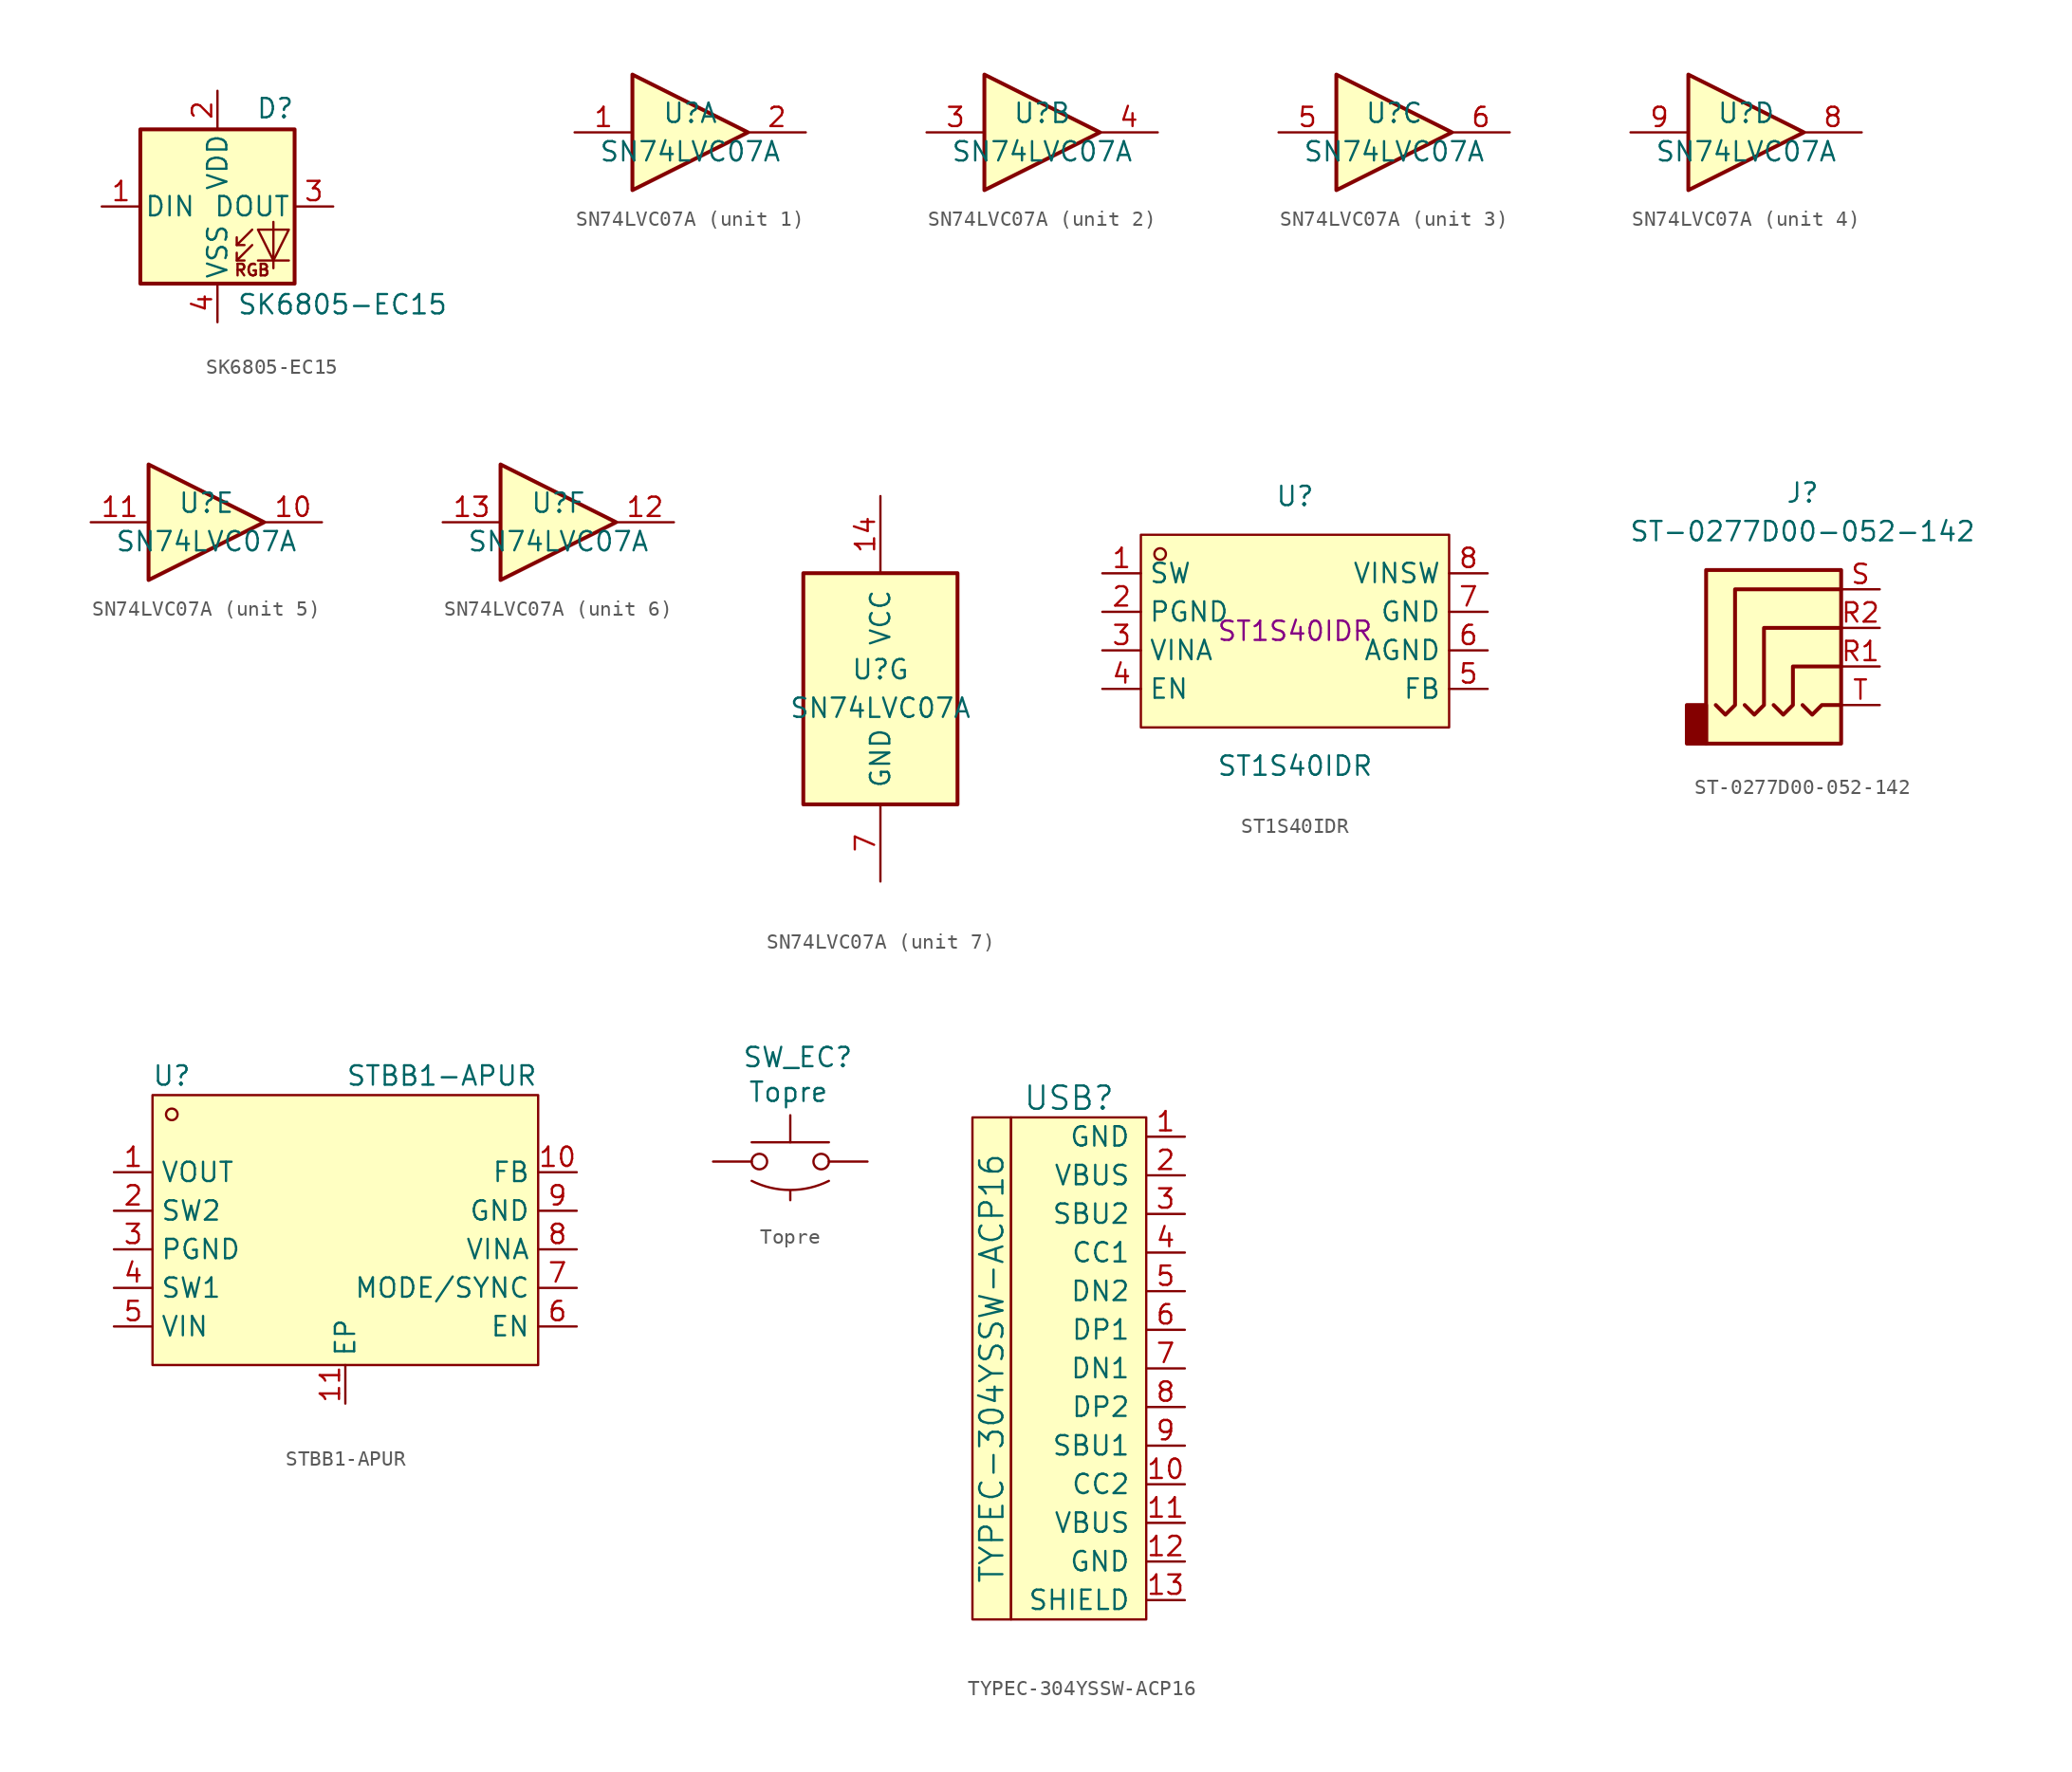
<source format=kicad_sym>
(kicad_symbol_lib
  (version 20231120)
  (generator "kicad_symbol_editor")
  (generator_version "8.0")
  (symbol "SK6805-EC15"
    (pin_names
      (offset 0.254))
    (property "Reference" "D"
      (at 5.08 5.715 0)
      (effects (font (size 1.27 1.27)) (justify right bottom)))
    (property "Value" "SK6805-EC15"
      (at 1.27 -5.715 0)
      (effects (font (size 1.27 1.27)) (justify left top)))
    (symbol "SK6805-EC15_0_0"
      (text "RGB" (at 2.286 -4.191 0) (effects (font (size 0.762 0.762)))))
    (symbol "SK6805-EC15_0_1"
      (polyline (pts (xy 1.27 -3.556) (xy 1.778 -3.556)) (stroke (width 0) (type default)) (fill (type none)))
      (polyline (pts (xy 1.27 -2.54) (xy 1.778 -2.54)) (stroke (width 0) (type default)) (fill (type none)))
      (polyline (pts (xy 4.699 -3.556) (xy 2.667 -3.556)) (stroke (width 0) (type default)) (fill (type none)))
      (polyline (pts (xy 2.286 -2.54) (xy 1.27 -3.556) (xy 1.27 -3.048)) (stroke (width 0) (type default)) (fill (type none)))
      (polyline (pts (xy 2.286 -1.524) (xy 1.27 -2.54) (xy 1.27 -2.032)) (stroke (width 0) (type default)) (fill (type none)))
      (polyline (pts (xy 3.683 -1.016) (xy 3.683 -3.556) (xy 3.683 -4.064)) (stroke (width 0) (type default)) (fill (type none)))
      (polyline (pts (xy 4.699 -1.524) (xy 2.667 -1.524) (xy 3.683 -3.556) (xy 4.699 -1.524)) (stroke (width 0) (type default)) (fill (type none)))
      (rectangle (start 5.08 5.08) (end -5.08 -5.08) (stroke (width 0.254) (type default)) (fill (type background))))
    (symbol "SK6805-EC15_1_1"
      (pin input line (at -7.62 0 0) (length 2.54) (name "DIN" (effects (font (size 1.27 1.27)))) (number "1" (effects (font (size 1.27 1.27)))))
      (pin power_in line (at 0 7.62 270) (length 2.54) (name "VDD" (effects (font (size 1.27 1.27)))) (number "2" (effects (font (size 1.27 1.27)))))
      (pin output line (at 7.62 0 180) (length 2.54) (name "DOUT" (effects (font (size 1.27 1.27)))) (number "3" (effects (font (size 1.27 1.27)))))
      (pin power_in line (at 0 -7.62 90) (length 2.54) (name "VSS" (effects (font (size 1.27 1.27)))) (number "4" (effects (font (size 1.27 1.27)))))))
  (symbol "SN74LVC07A"
    (pin_names
      (offset 1.016))
    (property "Reference" "U"
      (at 0 1.27 0)
      (effects (font (size 1.27 1.27))))
    (property "Value" "SN74LVC07A"
      (at 0 -1.27 0)
      (effects (font (size 1.27 1.27))))
    (property "ki_locked" ""
      (at 0 0 0)
      (effects (font (size 1.27 1.27))))
    (symbol "SN74LVC07A_1_0"
      (polyline (pts (xy -3.81 3.81) (xy -3.81 -3.81) (xy 3.81 0) (xy -3.81 3.81)) (stroke (width 0.254) (type default)) (fill (type background)))
      (pin input line (at -7.62 0 0) (length 3.81) (name "~" (effects (font (size 1.27 1.27)))) (number "1" (effects (font (size 1.27 1.27)))))
      (pin open_collector line (at 7.62 0 180) (length 3.81) (name "~" (effects (font (size 1.27 1.27)))) (number "2" (effects (font (size 1.27 1.27))))))
    (symbol "SN74LVC07A_2_0"
      (polyline (pts (xy -3.81 3.81) (xy -3.81 -3.81) (xy 3.81 0) (xy -3.81 3.81)) (stroke (width 0.254) (type default)) (fill (type background)))
      (pin input line (at -7.62 0 0) (length 3.81) (name "~" (effects (font (size 1.27 1.27)))) (number "3" (effects (font (size 1.27 1.27)))))
      (pin open_collector line (at 7.62 0 180) (length 3.81) (name "~" (effects (font (size 1.27 1.27)))) (number "4" (effects (font (size 1.27 1.27))))))
    (symbol "SN74LVC07A_3_0"
      (polyline (pts (xy -3.81 3.81) (xy -3.81 -3.81) (xy 3.81 0) (xy -3.81 3.81)) (stroke (width 0.254) (type default)) (fill (type background)))
      (pin input line (at -7.62 0 0) (length 3.81) (name "~" (effects (font (size 1.27 1.27)))) (number "5" (effects (font (size 1.27 1.27)))))
      (pin open_collector line (at 7.62 0 180) (length 3.81) (name "~" (effects (font (size 1.27 1.27)))) (number "6" (effects (font (size 1.27 1.27))))))
    (symbol "SN74LVC07A_4_0"
      (polyline (pts (xy -3.81 3.81) (xy -3.81 -3.81) (xy 3.81 0) (xy -3.81 3.81)) (stroke (width 0.254) (type default)) (fill (type background)))
      (pin open_collector line (at 7.62 0 180) (length 3.81) (name "~" (effects (font (size 1.27 1.27)))) (number "8" (effects (font (size 1.27 1.27)))))
      (pin input line (at -7.62 0 0) (length 3.81) (name "~" (effects (font (size 1.27 1.27)))) (number "9" (effects (font (size 1.27 1.27))))))
    (symbol "SN74LVC07A_5_0"
      (polyline (pts (xy -3.81 3.81) (xy -3.81 -3.81) (xy 3.81 0) (xy -3.81 3.81)) (stroke (width 0.254) (type default)) (fill (type background)))
      (pin open_collector line (at 7.62 0 180) (length 3.81) (name "~" (effects (font (size 1.27 1.27)))) (number "10" (effects (font (size 1.27 1.27)))))
      (pin input line (at -7.62 0 0) (length 3.81) (name "~" (effects (font (size 1.27 1.27)))) (number "11" (effects (font (size 1.27 1.27))))))
    (symbol "SN74LVC07A_6_0"
      (polyline (pts (xy -3.81 3.81) (xy -3.81 -3.81) (xy 3.81 0) (xy -3.81 3.81)) (stroke (width 0.254) (type default)) (fill (type background)))
      (pin open_collector line (at 7.62 0 180) (length 3.81) (name "~" (effects (font (size 1.27 1.27)))) (number "12" (effects (font (size 1.27 1.27)))))
      (pin input line (at -7.62 0 0) (length 3.81) (name "~" (effects (font (size 1.27 1.27)))) (number "13" (effects (font (size 1.27 1.27))))))
    (symbol "SN74LVC07A_7_0"
      (pin power_in line (at 0 12.7 270) (length 5.08) (name "VCC" (effects (font (size 1.27 1.27)))) (number "14" (effects (font (size 1.27 1.27)))))
      (pin power_in line (at 0 -12.7 90) (length 5.08) (name "GND" (effects (font (size 1.27 1.27)))) (number "7" (effects (font (size 1.27 1.27))))))
    (symbol "SN74LVC07A_7_1"
      (rectangle (start -5.08 7.62) (end 5.08 -7.62) (stroke (width 0.254) (type default)) (fill (type background)))))
  (symbol "ST1S40IDR"
    (property "Reference" "U"
      (at 0 8.89 0)
      (effects (font (size 1.27 1.27))))
    (property "Value" "ST1S40IDR"
      (at 0 -8.89 0)
      (effects (font (size 1.27 1.27))))
    (property "MPN" "ST1S40IDR"
      (at 0 0 0)
      (effects (font (size 1.27 1.27))))
    (symbol "ST1S40IDR_0_1"
      (rectangle (start -10.16 6.35) (end 10.16 -6.35) (stroke (width 0) (type default)) (fill (type background)))
      (circle (center -8.89 5.08) (radius 0.38) (stroke (width 0) (type default)) (fill (type none)))
      (pin unspecified line (at -12.7 3.81 0) (length 2.54) (name "SW" (effects (font (size 1.27 1.27)))) (number "1" (effects (font (size 1.27 1.27)))))
      (pin unspecified line (at -12.7 1.27 0) (length 2.54) (name "PGND" (effects (font (size 1.27 1.27)))) (number "2" (effects (font (size 1.27 1.27)))))
      (pin unspecified line (at -12.7 -1.27 0) (length 2.54) (name "VINA" (effects (font (size 1.27 1.27)))) (number "3" (effects (font (size 1.27 1.27)))))
      (pin unspecified line (at -12.7 -3.81 0) (length 2.54) (name "EN" (effects (font (size 1.27 1.27)))) (number "4" (effects (font (size 1.27 1.27)))))
      (pin unspecified line (at 12.7 -3.81 180) (length 2.54) (name "FB" (effects (font (size 1.27 1.27)))) (number "5" (effects (font (size 1.27 1.27)))))
      (pin unspecified line (at 12.7 -1.27 180) (length 2.54) (name "AGND" (effects (font (size 1.27 1.27)))) (number "6" (effects (font (size 1.27 1.27)))))
      (pin unspecified line (at 12.7 1.27 180) (length 2.54) (name "GND" (effects (font (size 1.27 1.27)))) (number "7" (effects (font (size 1.27 1.27)))))
      (pin unspecified line (at 12.7 3.81 180) (length 2.54) (name "VINSW" (effects (font (size 1.27 1.27)))) (number "8" (effects (font (size 1.27 1.27)))))))
  (symbol "ST-0277D00-052-142"
    (property "Reference" "J"
      (at 0 8.89 0)
      (effects (font (size 1.27 1.27))))
    (property "Value" "ST-0277D00-052-142"
      (at 0 6.35 0)
      (effects (font (size 1.27 1.27))))
    (symbol "ST-0277D00-052-142_0_1"
      (rectangle (start -6.35 -5.08) (end -7.62 -7.62) (stroke (width 0.254) (type default)) (fill (type outline)))
      (rectangle (start -6.35 3.81) (end 2.54 -7.62) (stroke (width 0.254) (type default)) (fill (type background)))
      (polyline (pts (xy 0 -5.08) (xy 0.635 -5.715) (xy 1.27 -5.08) (xy 2.54 -5.08)) (stroke (width 0.254) (type default)) (fill (type none)))
      (polyline (pts (xy -5.715 -5.08) (xy -5.08 -5.715) (xy -4.445 -5.08) (xy -4.445 2.54) (xy 2.54 2.54)) (stroke (width 0.254) (type default)) (fill (type none)))
      (polyline (pts (xy -1.905 -5.08) (xy -1.27 -5.715) (xy -0.635 -5.08) (xy -0.635 -2.54) (xy 2.54 -2.54)) (stroke (width 0.254) (type default)) (fill (type none)))
      (polyline (pts (xy 2.54 0) (xy -2.54 0) (xy -2.54 -5.08) (xy -3.175 -5.715) (xy -3.81 -5.08)) (stroke (width 0.254) (type default)) (fill (type none))))
    (symbol "ST-0277D00-052-142_1_1"
      (pin passive line (at 5.08 -2.54 180) (length 2.54) (name "~" (effects (font (size 1.27 1.27)))) (number "R1" (effects (font (size 1.27 1.27)))))
      (pin passive line (at 5.08 0 180) (length 2.54) (name "~" (effects (font (size 1.27 1.27)))) (number "R2" (effects (font (size 1.27 1.27)))))
      (pin passive line (at 5.08 2.54 180) (length 2.54) (name "~" (effects (font (size 1.27 1.27)))) (number "S" (effects (font (size 1.27 1.27)))))
      (pin passive line (at 5.08 -5.08 180) (length 2.54) (name "~" (effects (font (size 1.27 1.27)))) (number "T" (effects (font (size 1.27 1.27)))))))
  (symbol "STBB1-APUR"
    (property "Reference" "U"
      (at -11.43 10.16 0)
      (effects (font (size 1.27 1.27))))
    (property "Value" "STBB1-APUR"
      (at 6.35 10.16 0)
      (effects (font (size 1.27 1.27))))
    (symbol "STBB1-APUR_0_1"
      (rectangle (start -12.7 8.89) (end 12.7 -8.89) (stroke (width 0) (type default)) (fill (type background)))
      (circle (center -11.43 7.62) (radius 0.38) (stroke (width 0) (type default)) (fill (type none)))
      (pin unspecified line (at -15.24 3.81 0) (length 2.54) (name "VOUT" (effects (font (size 1.27 1.27)))) (number "1" (effects (font (size 1.27 1.27)))))
      (pin unspecified line (at 15.24 3.81 180) (length 2.54) (name "FB" (effects (font (size 1.27 1.27)))) (number "10" (effects (font (size 1.27 1.27)))))
      (pin unspecified line (at 0 -11.43 90) (length 2.54) (name "EP" (effects (font (size 1.27 1.27)))) (number "11" (effects (font (size 1.27 1.27)))))
      (pin unspecified line (at -15.24 1.27 0) (length 2.54) (name "SW2" (effects (font (size 1.27 1.27)))) (number "2" (effects (font (size 1.27 1.27)))))
      (pin unspecified line (at -15.24 -1.27 0) (length 2.54) (name "PGND" (effects (font (size 1.27 1.27)))) (number "3" (effects (font (size 1.27 1.27)))))
      (pin unspecified line (at -15.24 -3.81 0) (length 2.54) (name "SW1" (effects (font (size 1.27 1.27)))) (number "4" (effects (font (size 1.27 1.27)))))
      (pin unspecified line (at -15.24 -6.35 0) (length 2.54) (name "VIN" (effects (font (size 1.27 1.27)))) (number "5" (effects (font (size 1.27 1.27)))))
      (pin unspecified line (at 15.24 -6.35 180) (length 2.54) (name "EN" (effects (font (size 1.27 1.27)))) (number "6" (effects (font (size 1.27 1.27)))))
      (pin unspecified line (at 15.24 -3.81 180) (length 2.54) (name "MODE/SYNC" (effects (font (size 1.27 1.27)))) (number "7" (effects (font (size 1.27 1.27)))))
      (pin unspecified line (at 15.24 -1.27 180) (length 2.54) (name "VINA" (effects (font (size 1.27 1.27)))) (number "8" (effects (font (size 1.27 1.27)))))
      (pin unspecified line (at 15.24 1.27 180) (length 2.54) (name "GND" (effects (font (size 1.27 1.27)))) (number "9" (effects (font (size 1.27 1.27)))))))
  (symbol "Topre"
    (pin_numbers hide)
    (pin_names
      (offset 1.016) hide)
    (property "Reference" "SW_EC"
      (at -3.175 6.858 0)
      (effects (font (size 1.27 1.27)) (justify left)))
    (property "Value" "Topre"
      (at -0.127 4.572 0)
      (effects (font (size 1.27 1.27))))
    (symbol "Topre_0_1"
      (arc (start -2.54 -1.27) (mid 0 -1.8696) (end 2.54 -1.27) (stroke (width 0) (type default)) (fill (type none)))
      (circle (center -2.032 0) (radius 0.508) (stroke (width 0) (type default)) (fill (type none)))
      (polyline (pts (xy 0 1.27) (xy 0 3.048)) (stroke (width 0) (type default)) (fill (type none)))
      (polyline (pts (xy 2.54 1.27) (xy -2.54 1.27)) (stroke (width 0) (type default)) (fill (type none)))
      (circle (center 2.032 0) (radius 0.508) (stroke (width 0) (type default)) (fill (type none)))
      (pin input line (at -5.08 0 0) (length 2.54) (name "1" (effects (font (size 1.27 1.27)))) (number "1" (effects (font (size 1.27 1.27)))))
      (pin output line (at 5.08 0 180) (length 2.54) (name "2" (effects (font (size 1.27 1.27)))) (number "2" (effects (font (size 1.27 1.27))))))
    (symbol "Topre_1_1"
      (pin power_in line (at 0 -2.54 90) (length 0.61) (name "3" (effects (font (size 1.27 1.27)))) (number "3" (effects (font (size 1.27 1.27)))))))
  (symbol "TYPEC-304YSSW-ACP16"
    (pin_names
      (offset 1.016))
    (property "Reference" "USB"
      (at -5.08 16.51 0)
      (effects (font (size 1.524 1.524))))
    (property "Value" "TYPEC-304YSSW-ACP16"
      (at -10.16 -1.27 90)
      (effects (font (size 1.524 1.524))))
    (symbol "TYPEC-304YSSW-ACP16_0_1"
      (rectangle (start -11.43 15.24) (end -8.89 -17.78) (stroke (width 0) (type default)) (fill (type background)))
      (rectangle (start 0 -17.78) (end -8.89 15.24) (stroke (width 0) (type default)) (fill (type background))))
    (symbol "TYPEC-304YSSW-ACP16_1_1"
      (pin input line (at 2.54 13.97 180) (length 2.54) (name "GND" (effects (font (size 1.27 1.27)))) (number "1" (effects (font (size 1.27 1.27)))))
      (pin input line (at 2.54 -8.89 180) (length 2.54) (name "CC2" (effects (font (size 1.27 1.27)))) (number "10" (effects (font (size 1.27 1.27)))))
      (pin input line (at 2.54 -11.43 180) (length 2.54) (name "VBUS" (effects (font (size 1.27 1.27)))) (number "11" (effects (font (size 1.27 1.27)))))
      (pin input line (at 2.54 -13.97 180) (length 2.54) (name "GND" (effects (font (size 1.27 1.27)))) (number "12" (effects (font (size 1.27 1.27)))))
      (pin input line (at 2.54 -16.51 180) (length 2.54) (name "SHIELD" (effects (font (size 1.27 1.27)))) (number "13" (effects (font (size 1.27 1.27)))))
      (pin input line (at 2.54 11.43 180) (length 2.54) (name "VBUS" (effects (font (size 1.27 1.27)))) (number "2" (effects (font (size 1.27 1.27)))))
      (pin input line (at 2.54 8.89 180) (length 2.54) (name "SBU2" (effects (font (size 1.27 1.27)))) (number "3" (effects (font (size 1.27 1.27)))))
      (pin input line (at 2.54 6.35 180) (length 2.54) (name "CC1" (effects (font (size 1.27 1.27)))) (number "4" (effects (font (size 1.27 1.27)))))
      (pin input line (at 2.54 3.81 180) (length 2.54) (name "DN2" (effects (font (size 1.27 1.27)))) (number "5" (effects (font (size 1.27 1.27)))))
      (pin input line (at 2.54 1.27 180) (length 2.54) (name "DP1" (effects (font (size 1.27 1.27)))) (number "6" (effects (font (size 1.27 1.27)))))
      (pin input line (at 2.54 -1.27 180) (length 2.54) (name "DN1" (effects (font (size 1.27 1.27)))) (number "7" (effects (font (size 1.27 1.27)))))
      (pin input line (at 2.54 -3.81 180) (length 2.54) (name "DP2" (effects (font (size 1.27 1.27)))) (number "8" (effects (font (size 1.27 1.27)))))
      (pin input line (at 2.54 -6.35 180) (length 2.54) (name "SBU1" (effects (font (size 1.27 1.27)))) (number "9" (effects (font (size 1.27 1.27))))))))
</source>
